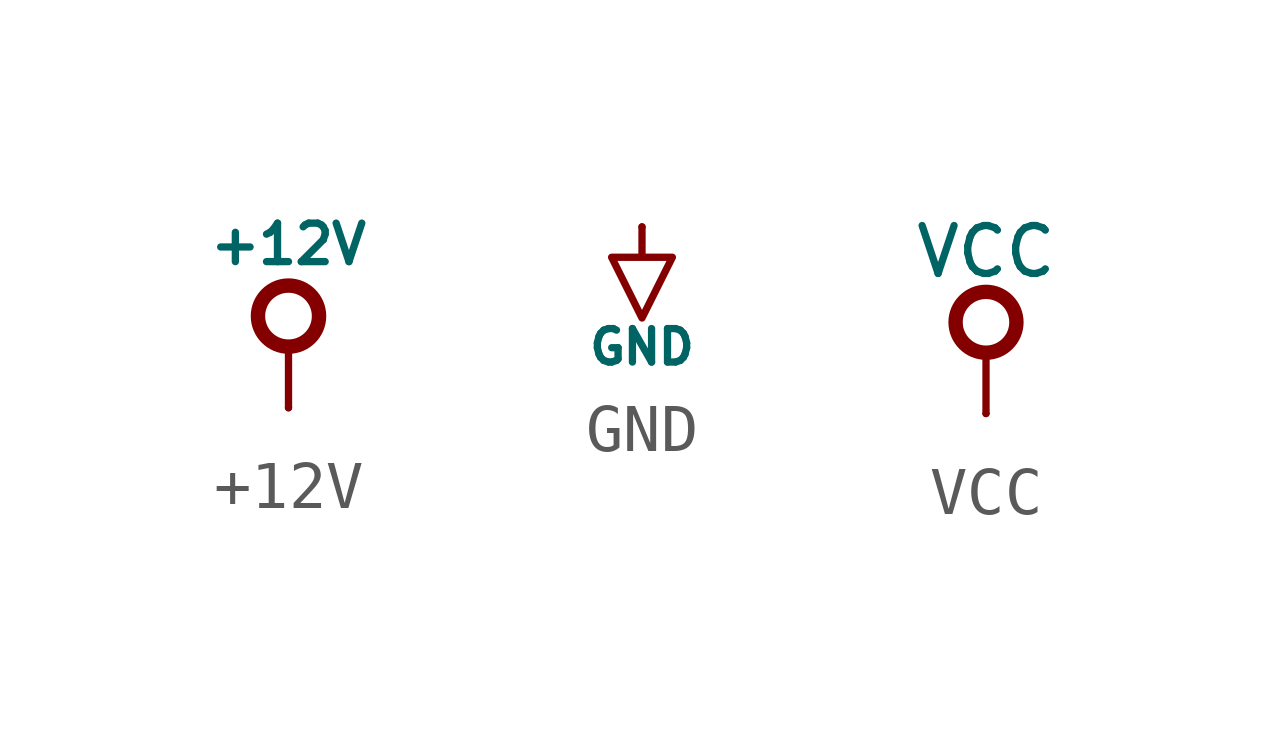
<source format=kicad_sym>
(kicad_symbol_lib
  (version 20241209)
  (generator "kicad_symbol_editor")
  (generator_version "9.0")
  (symbol "+12V"
    (power)
    (pin_numbers
      (hide yes))
    (pin_names
      (offset 0)
      (hide yes))
    (property "Reference" "#PWR"
      (at 0 -3.81 0)
      (effects (font (size 1.27 1.27)) (hide yes)))
    (property "Value" "+12V"
      (at 0 3.4 0)
      (do_not_autoplace)
      (effects (font (size 0.8 0.8))))
    (symbol "+12V_0_1"
      (polyline (pts (xy 0 0) (xy 0 1.27)) (stroke (width 0) (type default)) (fill (type none))))
    (symbol "+12V_1_1"
      (circle (center 0 1.905) (radius 0.635) (stroke (width 0.3) (type solid)) (fill (type none)))
      (pin power_in line (at 0 0 90) (length 0) (name "~" (effects (font (size 1.27 1.27)))) (number "1" (effects (font (size 1.27 1.27)))))))
  (symbol "GND"
    (power)
    (pin_numbers
      (hide yes))
    (pin_names
      (offset 0)
      (hide yes))
    (property "Reference" "#PWR"
      (at 0 -6.35 0)
      (effects (font (size 1.27 1.27)) (hide yes)))
    (property "Value" "GND"
      (at 0 -2.1 0)
      (do_not_autoplace)
      (effects (font (size 0.7 0.7)) (justify top)))
    (symbol "GND_0_1"
      (polyline (pts (xy 0 0) (xy 0 -0.635) (xy 0.635 -0.635) (xy 0 -1.905) (xy -0.635 -0.635) (xy 0 -0.635)) (stroke (width 0) (type default)) (fill (type none))))
    (symbol "GND_1_1"
      (pin power_in line (at 0 0 270) (length 0) (name "~" (effects (font (size 1.27 1.27)))) (number "1" (effects (font (size 1.27 1.27)))))))
  (symbol "VCC"
    (power)
    (pin_numbers
      (hide yes))
    (pin_names
      (offset 0)
      (hide yes))
    (property "Reference" "#PWR"
      (at 0 -3.81 0)
      (effects (font (size 1.27 1.27)) (hide yes)))
    (property "Value" "VCC"
      (at 0 2.794 0)
      (do_not_autoplace)
      (effects (font (size 1 1)) (justify bottom)))
    (symbol "VCC_0_1"
      (polyline (pts (xy 0 0) (xy 0 1.27)) (stroke (width 0) (type default)) (fill (type none))))
    (symbol "VCC_1_1"
      (circle (center 0 1.905) (radius 0.635) (stroke (width 0.3) (type solid)) (fill (type none)))
      (pin power_in line (at 0 0 90) (length 0) (name "~" (effects (font (size 1.27 1.27)))) (number "1" (effects (font (size 1.27 1.27))))))))
</source>
